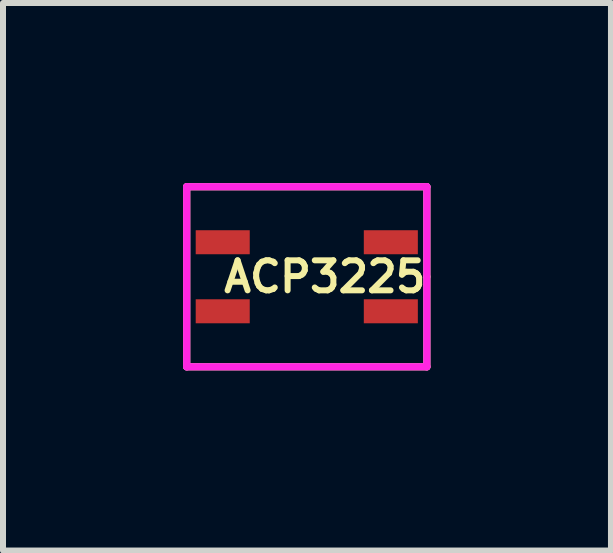
<source format=kicad_pcb>
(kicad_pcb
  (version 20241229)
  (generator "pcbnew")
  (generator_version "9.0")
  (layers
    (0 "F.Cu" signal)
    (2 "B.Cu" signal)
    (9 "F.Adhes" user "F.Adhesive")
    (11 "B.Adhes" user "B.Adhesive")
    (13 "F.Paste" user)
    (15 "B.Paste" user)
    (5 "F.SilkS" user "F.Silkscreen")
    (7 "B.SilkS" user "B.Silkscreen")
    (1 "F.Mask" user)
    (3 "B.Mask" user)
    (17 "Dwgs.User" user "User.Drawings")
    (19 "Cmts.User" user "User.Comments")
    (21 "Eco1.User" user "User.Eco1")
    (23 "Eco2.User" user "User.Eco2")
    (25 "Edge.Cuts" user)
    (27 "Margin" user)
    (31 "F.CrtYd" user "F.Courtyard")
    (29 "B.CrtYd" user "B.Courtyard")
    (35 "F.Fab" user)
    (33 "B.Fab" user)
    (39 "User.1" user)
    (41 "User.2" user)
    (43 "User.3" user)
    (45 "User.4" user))
  (footprint "ACP3225"
    (layer "F.Cu")
    (at 2.06 1.56)
    (property "Reference" "ACP3225" (at 0.3 0 0) (layer "F.SilkS") (effects (font (size 0.5 0.5) (thickness 0.1))))
    (attr through_hole)
    (fp_line (start -2 -1.5) (end -2 1.5) (stroke (width 0.12) (type solid)) (layer "F.SilkS"))
    (fp_line (start -2 1.5) (end 2 1.5) (stroke (width 0.12) (type solid)) (layer "F.SilkS"))
    (fp_line (start 2 -1.5) (end -2 -1.5) (stroke (width 0.12) (type solid)) (layer "F.SilkS"))
    (fp_line (start 2 0) (end 2 -1.5) (stroke (width 0.12) (type solid)) (layer "F.SilkS"))
    (fp_line (start 2 1.5) (end 2 0) (stroke (width 0.12) (type solid)) (layer "F.SilkS"))
    (fp_line (start -2 -1.5) (end 2 -1.5) (stroke (width 0.12) (type solid)) (layer "F.CrtYd"))
    (fp_line (start -2 1.5) (end -2 -1.5) (stroke (width 0.12) (type solid)) (layer "F.CrtYd"))
    (fp_line (start 2 -1.5) (end 2 1.5) (stroke (width 0.12) (type solid)) (layer "F.CrtYd"))
    (fp_line (start 2 1.5) (end -2 1.5) (stroke (width 0.12) (type solid)) (layer "F.CrtYd"))
    (pad "1" smd rect (at -1.4 0.575) (size 0.9 0.4) (layers "F.Cu" "F.Mask" "F.Paste"))
    (pad "2" smd rect (at -1.4 -0.575) (size 0.9 0.4) (layers "F.Cu" "F.Mask" "F.Paste"))
    (pad "3" smd rect (at 1.4 -0.575) (size 0.9 0.4) (layers "F.Cu" "F.Mask" "F.Paste"))
    (pad "4" smd rect (at 1.4 0.575) (size 0.9 0.4) (layers "F.Cu" "F.Mask" "F.Paste")))
  (gr_rect
    (start -3 -3)
    (end 7.127 6.12)
    (stroke (width 0.1) (type default))
    (fill no)
    (layer "Edge.Cuts")))
</source>
